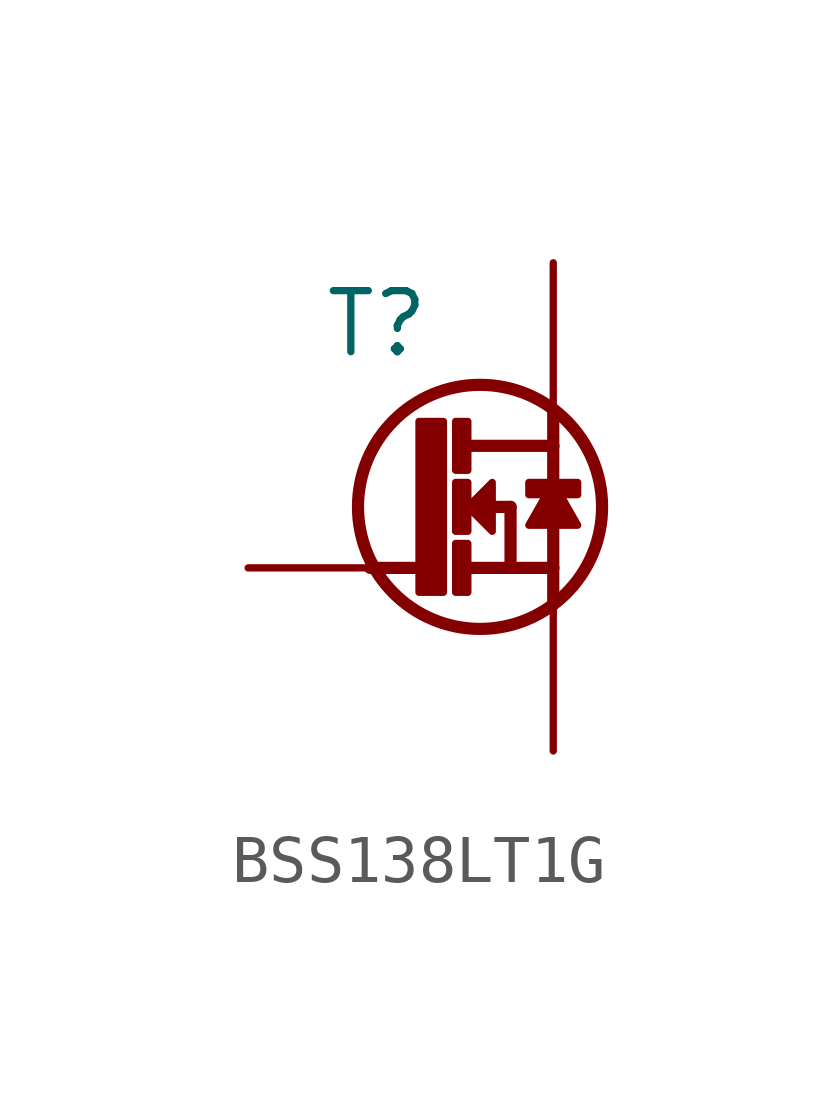
<source format=kicad_sym>
(kicad_symbol_lib
  (version 20211014)
  (generator kicad_symbol_editor)
  (symbol "BSS138LT1G"
    (pin_names
      (offset 1.27))
    (property "Reference" "T"
      (at 3.81 5.08 0)
      (effects (font (size 1.27 1.27)) (justify right)))
    (property "ki_locked" ""
      (at 0 0 0)
      (effects (font (size 1.27 1.27))))
    (symbol "BSS138LT1G_0_1"
      (polyline (pts (xy 3.556 0) (xy 2.54 0)) (stroke (width 0.254) (type default) (color 0 0 0 0)) (fill (type none)))
      (polyline (pts (xy 4.445 1.27) (xy 5.461 1.27)) (stroke (width 0.254) (type default) (color 0 0 0 0)) (fill (type none)))
      (polyline (pts (xy 4.572 0) (xy 6.35 0)) (stroke (width 0.254) (type default) (color 0 0 0 0)) (fill (type none)))
      (polyline (pts (xy 4.572 2.54) (xy 6.35 2.54)) (stroke (width 0.254) (type default) (color 0 0 0 0)) (fill (type none)))
      (polyline (pts (xy 5.461 1.27) (xy 5.461 0)) (stroke (width 0.254) (type default) (color 0 0 0 0)) (fill (type none)))
      (polyline (pts (xy 6.35 0) (xy 6.35 -0.762)) (stroke (width 0.254) (type default) (color 0 0 0 0)) (fill (type none)))
      (polyline (pts (xy 6.35 2.54) (xy 6.35 0)) (stroke (width 0.254) (type default) (color 0 0 0 0)) (fill (type none)))
      (polyline (pts (xy 6.35 3.302) (xy 6.35 2.54)) (stroke (width 0.254) (type default) (color 0 0 0 0)) (fill (type none)))
      (polyline (pts (xy 4.572 1.27) (xy 5.08 1.778) (xy 5.08 0.762) (xy 4.572 1.27)) (stroke (width 0) (type default) (color 0 0 0 0)) (fill (type outline)))
      (polyline (pts (xy 6.35 1.778) (xy 5.842 0.889) (xy 6.858 0.889) (xy 6.35 1.778)) (stroke (width 0) (type default) (color 0 0 0 0)) (fill (type outline)))
      (polyline (pts (xy 3.556 -0.508) (xy 4.064 -0.508) (xy 4.064 3.048) (xy 3.556 3.048) (xy 3.556 -0.508)) (stroke (width 0) (type default) (color 0 0 0 0)) (fill (type outline)))
      (rectangle (start 4.318 -0.508) (end 4.572 0.508) (stroke (width 0) (type default) (color 0 0 0 0)) (fill (type outline)))
      (rectangle (start 4.318 0.762) (end 4.572 1.778) (stroke (width 0) (type default) (color 0 0 0 0)) (fill (type outline)))
      (rectangle (start 4.318 2.032) (end 4.572 3.048) (stroke (width 0) (type default) (color 0 0 0 0)) (fill (type outline)))
      (circle (center 4.826 1.27) (radius 2.54) (stroke (width 0.254) (type default) (color 0 0 0 0)) (fill (type none)))
      (rectangle (start 5.842 1.524) (end 6.858 1.778) (stroke (width 0) (type default) (color 0 0 0 0)) (fill (type outline)))
      (text "D" (at 5.08 5.334 0) (effects (font (size 0.635 0.635)) (justify left top) hide))
      (text "G" (at 0.762 0 0) (effects (font (size 0.635 0.635)) (justify left bottom) hide))
      (text "S" (at 5.08 -2.794 0) (effects (font (size 0.635 0.635)) (justify left bottom) hide))
      (pin passive line (at 0 0 0) (length 2.54) (name "G" (effects (font (size 0 0)))) (number "1" (effects (font (size 0 0)))))
      (pin passive line (at 6.35 -3.81 90) (length 3.048) (name "S" (effects (font (size 0 0)))) (number "2" (effects (font (size 0 0)))))
      (pin passive line (at 6.35 6.35 270) (length 3.048) (name "D" (effects (font (size 0 0)))) (number "3" (effects (font (size 0 0))))))))
</source>
